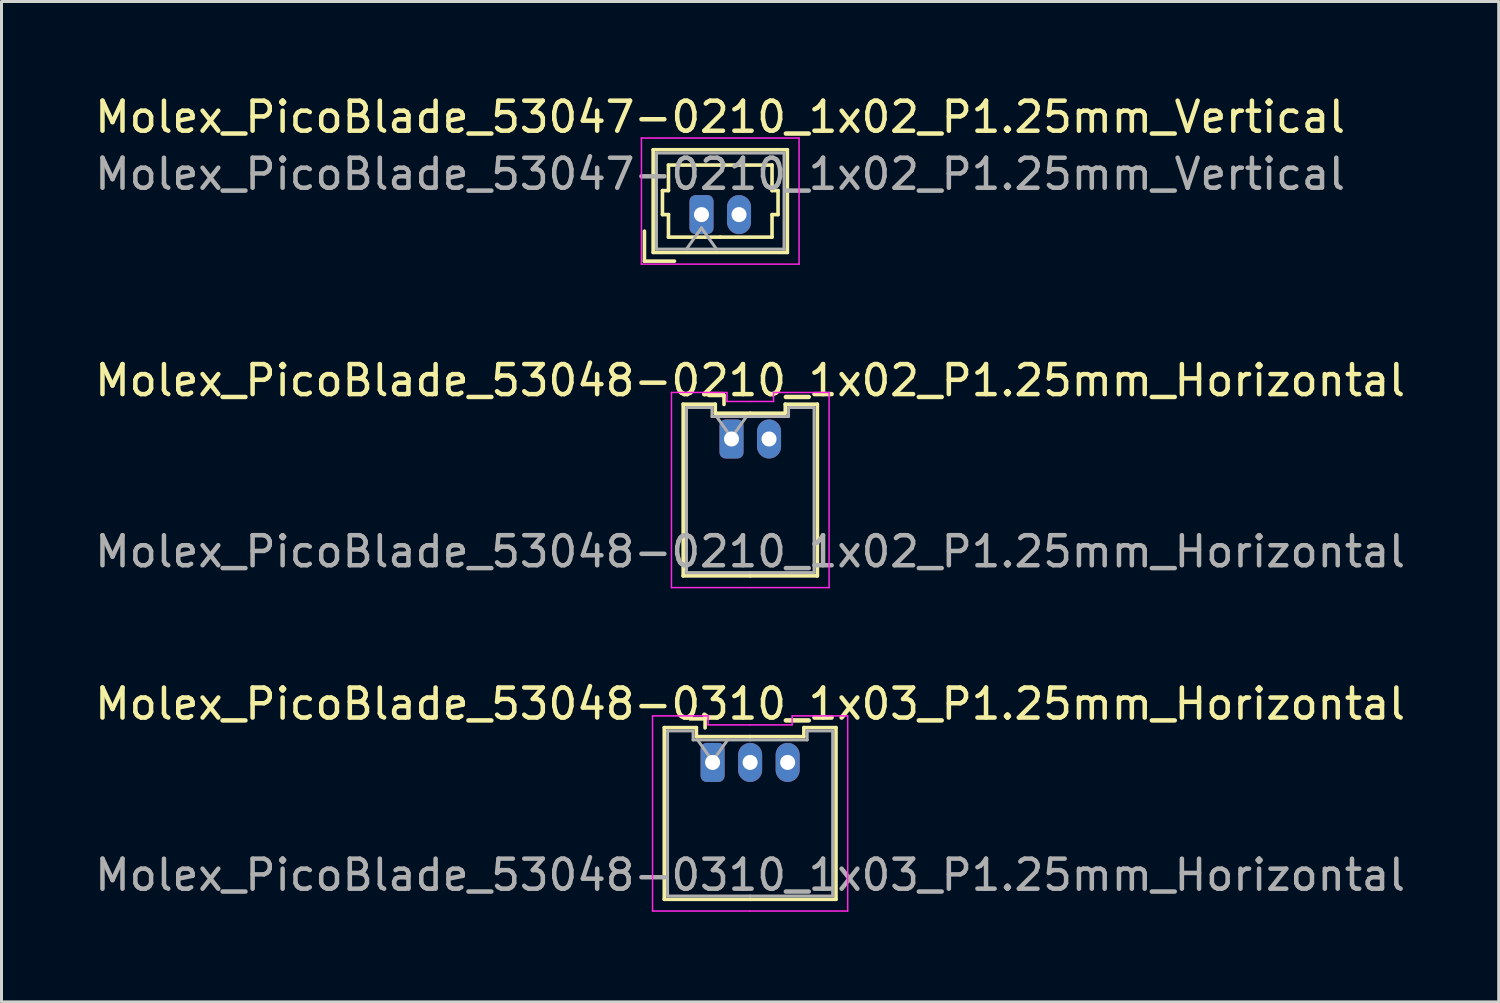
<source format=kicad_pcb>
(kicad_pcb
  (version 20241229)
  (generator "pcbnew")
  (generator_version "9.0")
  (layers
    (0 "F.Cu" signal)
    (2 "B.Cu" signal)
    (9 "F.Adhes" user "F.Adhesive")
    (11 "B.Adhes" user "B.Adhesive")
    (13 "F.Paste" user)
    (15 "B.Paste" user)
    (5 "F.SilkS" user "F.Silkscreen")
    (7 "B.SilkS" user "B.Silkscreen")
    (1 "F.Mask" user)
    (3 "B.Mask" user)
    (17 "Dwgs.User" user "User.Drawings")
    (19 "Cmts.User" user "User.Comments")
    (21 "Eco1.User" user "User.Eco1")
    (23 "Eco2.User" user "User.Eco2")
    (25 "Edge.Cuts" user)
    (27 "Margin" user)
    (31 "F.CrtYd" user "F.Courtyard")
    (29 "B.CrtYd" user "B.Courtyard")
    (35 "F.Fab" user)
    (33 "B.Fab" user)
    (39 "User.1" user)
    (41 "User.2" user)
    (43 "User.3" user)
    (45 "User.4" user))
  (footprint "Molex_PicoBlade_53047-0210_1x02_P1.25mm_Vertical"
    (layer "F.Cu")
    (at 20.315 4.098)
    (property "Reference" "Molex_PicoBlade_53047-0210_1x02_P1.25mm_Vertical" (at 0.62 -3.25 0) (layer "F.SilkS") (effects (font (size 1 1) (thickness 0.15))))
    (attr through_hole)
    (fp_line (start -1.9 1.55) (end -1.9 0.55) (stroke (width 0.12) (type solid)) (layer "F.SilkS"))
    (fp_line (start -1.9 1.55) (end -0.9 1.55) (stroke (width 0.12) (type solid)) (layer "F.SilkS"))
    (fp_line (start -1.61 -2.16) (end -1.61 1.26) (stroke (width 0.12) (type solid)) (layer "F.SilkS"))
    (fp_line (start -1.61 1.26) (end 2.86 1.26) (stroke (width 0.12) (type solid)) (layer "F.SilkS"))
    (fp_line (start -1.3 -0.8) (end -1.1 -0.8) (stroke (width 0.12) (type solid)) (layer "F.SilkS"))
    (fp_line (start -1.3 0) (end -1.3 -0.8) (stroke (width 0.12) (type solid)) (layer "F.SilkS"))
    (fp_line (start -1.1 -1.65) (end 0.625 -1.65) (stroke (width 0.12) (type solid)) (layer "F.SilkS"))
    (fp_line (start -1.1 -0.8) (end -1.1 -1.65) (stroke (width 0.12) (type solid)) (layer "F.SilkS"))
    (fp_line (start -1.1 0) (end -1.3 0) (stroke (width 0.12) (type solid)) (layer "F.SilkS"))
    (fp_line (start -1.1 0.75) (end -1.1 0) (stroke (width 0.12) (type solid)) (layer "F.SilkS"))
    (fp_line (start 0.625 0.75) (end -1.1 0.75) (stroke (width 0.12) (type solid)) (layer "F.SilkS"))
    (fp_line (start 0.625 0.75) (end 2.35 0.75) (stroke (width 0.12) (type solid)) (layer "F.SilkS"))
    (fp_line (start 2.35 -1.65) (end 0.625 -1.65) (stroke (width 0.12) (type solid)) (layer "F.SilkS"))
    (fp_line (start 2.35 -0.8) (end 2.35 -1.65) (stroke (width 0.12) (type solid)) (layer "F.SilkS"))
    (fp_line (start 2.35 0) (end 2.55 0) (stroke (width 0.12) (type solid)) (layer "F.SilkS"))
    (fp_line (start 2.35 0.75) (end 2.35 0) (stroke (width 0.12) (type solid)) (layer "F.SilkS"))
    (fp_line (start 2.55 -0.8) (end 2.35 -0.8) (stroke (width 0.12) (type solid)) (layer "F.SilkS"))
    (fp_line (start 2.55 0) (end 2.55 -0.8) (stroke (width 0.12) (type solid)) (layer "F.SilkS"))
    (fp_line (start 2.86 -2.16) (end -1.61 -2.16) (stroke (width 0.12) (type solid)) (layer "F.SilkS"))
    (fp_line (start 2.86 1.26) (end 2.86 -2.16) (stroke (width 0.12) (type solid)) (layer "F.SilkS"))
    (fp_line (start -2 -2.55) (end -2 1.65) (stroke (width 0.05) (type solid)) (layer "F.CrtYd"))
    (fp_line (start -2 1.65) (end 3.25 1.65) (stroke (width 0.05) (type solid)) (layer "F.CrtYd"))
    (fp_line (start 3.25 -2.55) (end -2 -2.55) (stroke (width 0.05) (type solid)) (layer "F.CrtYd"))
    (fp_line (start 3.25 1.65) (end 3.25 -2.55) (stroke (width 0.05) (type solid)) (layer "F.CrtYd"))
    (fp_line (start -1.5 -2.05) (end -1.5 1.15) (stroke (width 0.1) (type solid)) (layer "F.Fab"))
    (fp_line (start -1.5 1.15) (end 2.75 1.15) (stroke (width 0.1) (type solid)) (layer "F.Fab"))
    (fp_line (start -0.5 1.15) (end 0 0.443) (stroke (width 0.1) (type solid)) (layer "F.Fab"))
    (fp_line (start 0 0.443) (end 0.5 1.15) (stroke (width 0.1) (type solid)) (layer "F.Fab"))
    (fp_line (start 2.75 -2.05) (end -1.5 -2.05) (stroke (width 0.1) (type solid)) (layer "F.Fab"))
    (fp_line (start 2.75 1.15) (end 2.75 -2.05) (stroke (width 0.1) (type solid)) (layer "F.Fab"))
    (fp_text user "${REFERENCE}" (at 0.62 -1.35 0) (layer "F.Fab") (effects (font (size 1 1) (thickness 0.15))))
    (pad "1" thru_hole roundrect (at 0 0) (size 0.8 1.3) (drill 0.5) (layers "*.Cu" "*.Mask") (roundrect_rratio 0.25))
    (pad "2" thru_hole oval (at 1.25 0) (size 0.8 1.3) (drill 0.5) (layers "*.Cu" "*.Mask")))
  (footprint "Molex_PicoBlade_53048-0210_1x02_P1.25mm_Horizontal"
    (layer "F.Cu")
    (at 21.315 11.572)
    (property "Reference" "Molex_PicoBlade_53048-0210_1x02_P1.25mm_Horizontal" (at 0.62 -1.95 0) (layer "F.SilkS") (effects (font (size 1 1) (thickness 0.15))))
    (attr through_hole)
    (fp_line (start -1.61 -1.16) (end -1.61 4.56) (stroke (width 0.12) (type solid)) (layer "F.SilkS"))
    (fp_line (start -1.61 4.56) (end 0.625 4.56) (stroke (width 0.12) (type solid)) (layer "F.SilkS"))
    (fp_line (start -0.54 -1.16) (end -1.61 -1.16) (stroke (width 0.12) (type solid)) (layer "F.SilkS"))
    (fp_line (start -0.54 -0.86) (end -0.54 -1.16) (stroke (width 0.12) (type solid)) (layer "F.SilkS"))
    (fp_line (start -0.25 -1.45) (end -0.75 -1.45) (stroke (width 0.12) (type solid)) (layer "F.SilkS"))
    (fp_line (start -0.25 -1.15) (end -0.25 -1.45) (stroke (width 0.12) (type solid)) (layer "F.SilkS"))
    (fp_line (start 0.625 -0.86) (end -0.54 -0.86) (stroke (width 0.12) (type solid)) (layer "F.SilkS"))
    (fp_line (start 0.625 -0.86) (end 1.79 -0.86) (stroke (width 0.12) (type solid)) (layer "F.SilkS"))
    (fp_line (start 1.79 -1.16) (end 2.86 -1.16) (stroke (width 0.12) (type solid)) (layer "F.SilkS"))
    (fp_line (start 1.79 -0.86) (end 1.79 -1.16) (stroke (width 0.12) (type solid)) (layer "F.SilkS"))
    (fp_line (start 2.86 -1.16) (end 2.86 4.56) (stroke (width 0.12) (type solid)) (layer "F.SilkS"))
    (fp_line (start 2.86 4.56) (end 0.625 4.56) (stroke (width 0.12) (type solid)) (layer "F.SilkS"))
    (fp_line (start -2 -1.55) (end -2 4.95) (stroke (width 0.05) (type solid)) (layer "F.CrtYd"))
    (fp_line (start -2 4.95) (end 0.62 4.95) (stroke (width 0.05) (type solid)) (layer "F.CrtYd"))
    (fp_line (start -0.15 -1.55) (end -2 -1.55) (stroke (width 0.05) (type solid)) (layer "F.CrtYd"))
    (fp_line (start -0.15 -1.25) (end -0.15 -1.55) (stroke (width 0.05) (type solid)) (layer "F.CrtYd"))
    (fp_line (start 0.62 -1.25) (end -0.15 -1.25) (stroke (width 0.05) (type solid)) (layer "F.CrtYd"))
    (fp_line (start 0.63 -1.25) (end 1.4 -1.25) (stroke (width 0.05) (type solid)) (layer "F.CrtYd"))
    (fp_line (start 1.4 -1.55) (end 3.25 -1.55) (stroke (width 0.05) (type solid)) (layer "F.CrtYd"))
    (fp_line (start 1.4 -1.25) (end 1.4 -1.55) (stroke (width 0.05) (type solid)) (layer "F.CrtYd"))
    (fp_line (start 3.25 -1.55) (end 3.25 4.95) (stroke (width 0.05) (type solid)) (layer "F.CrtYd"))
    (fp_line (start 3.25 4.95) (end 0.63 4.95) (stroke (width 0.05) (type solid)) (layer "F.CrtYd"))
    (fp_line (start -1.5 -1.05) (end -1.5 4.45) (stroke (width 0.1) (type solid)) (layer "F.Fab"))
    (fp_line (start -1.5 4.45) (end 0.625 4.45) (stroke (width 0.1) (type solid)) (layer "F.Fab"))
    (fp_line (start -0.65 -1.05) (end -1.5 -1.05) (stroke (width 0.1) (type solid)) (layer "F.Fab"))
    (fp_line (start -0.65 -0.75) (end -0.65 -1.05) (stroke (width 0.1) (type solid)) (layer "F.Fab"))
    (fp_line (start -0.5 -0.75) (end 0 -0.043) (stroke (width 0.1) (type solid)) (layer "F.Fab"))
    (fp_line (start 0 -0.043) (end 0.5 -0.75) (stroke (width 0.1) (type solid)) (layer "F.Fab"))
    (fp_line (start 0.625 -0.75) (end -0.65 -0.75) (stroke (width 0.1) (type solid)) (layer "F.Fab"))
    (fp_line (start 0.625 -0.75) (end 1.9 -0.75) (stroke (width 0.1) (type solid)) (layer "F.Fab"))
    (fp_line (start 1.9 -1.05) (end 2.75 -1.05) (stroke (width 0.1) (type solid)) (layer "F.Fab"))
    (fp_line (start 1.9 -0.75) (end 1.9 -1.05) (stroke (width 0.1) (type solid)) (layer "F.Fab"))
    (fp_line (start 2.75 -1.05) (end 2.75 4.45) (stroke (width 0.1) (type solid)) (layer "F.Fab"))
    (fp_line (start 2.75 4.45) (end 0.625 4.45) (stroke (width 0.1) (type solid)) (layer "F.Fab"))
    (fp_text user "${REFERENCE}" (at 0.62 3.75 0) (layer "F.Fab") (effects (font (size 1 1) (thickness 0.15))))
    (pad "1" thru_hole roundrect (at 0 0) (size 0.8 1.3) (drill 0.5) (layers "*.Cu" "*.Mask") (roundrect_rratio 0.25))
    (pad "2" thru_hole oval (at 1.25 0) (size 0.8 1.3) (drill 0.5) (layers "*.Cu" "*.Mask")))
  (footprint "Molex_PicoBlade_53048-0310_1x03_P1.25mm_Horizontal"
    (layer "F.Cu")
    (at 20.685 22.345)
    (property "Reference" "Molex_PicoBlade_53048-0310_1x03_P1.25mm_Horizontal" (at 1.25 -1.95 0) (layer "F.SilkS") (effects (font (size 1 1) (thickness 0.15))))
    (attr through_hole)
    (fp_line (start -1.61 -1.16) (end -1.61 4.56) (stroke (width 0.12) (type solid)) (layer "F.SilkS"))
    (fp_line (start -1.61 4.56) (end 1.25 4.56) (stroke (width 0.12) (type solid)) (layer "F.SilkS"))
    (fp_line (start -0.54 -1.16) (end -1.61 -1.16) (stroke (width 0.12) (type solid)) (layer "F.SilkS"))
    (fp_line (start -0.54 -0.86) (end -0.54 -1.16) (stroke (width 0.12) (type solid)) (layer "F.SilkS"))
    (fp_line (start -0.25 -1.45) (end -0.75 -1.45) (stroke (width 0.12) (type solid)) (layer "F.SilkS"))
    (fp_line (start -0.25 -1.15) (end -0.25 -1.45) (stroke (width 0.12) (type solid)) (layer "F.SilkS"))
    (fp_line (start 1.25 -0.86) (end -0.54 -0.86) (stroke (width 0.12) (type solid)) (layer "F.SilkS"))
    (fp_line (start 1.25 -0.86) (end 3.04 -0.86) (stroke (width 0.12) (type solid)) (layer "F.SilkS"))
    (fp_line (start 3.04 -1.16) (end 4.11 -1.16) (stroke (width 0.12) (type solid)) (layer "F.SilkS"))
    (fp_line (start 3.04 -0.86) (end 3.04 -1.16) (stroke (width 0.12) (type solid)) (layer "F.SilkS"))
    (fp_line (start 4.11 -1.16) (end 4.11 4.56) (stroke (width 0.12) (type solid)) (layer "F.SilkS"))
    (fp_line (start 4.11 4.56) (end 1.25 4.56) (stroke (width 0.12) (type solid)) (layer "F.SilkS"))
    (fp_line (start -2 -1.55) (end -2 4.95) (stroke (width 0.05) (type solid)) (layer "F.CrtYd"))
    (fp_line (start -2 4.95) (end 1.25 4.95) (stroke (width 0.05) (type solid)) (layer "F.CrtYd"))
    (fp_line (start -0.15 -1.55) (end -2 -1.55) (stroke (width 0.05) (type solid)) (layer "F.CrtYd"))
    (fp_line (start -0.15 -1.25) (end -0.15 -1.55) (stroke (width 0.05) (type solid)) (layer "F.CrtYd"))
    (fp_line (start 1.25 -1.25) (end -0.15 -1.25) (stroke (width 0.05) (type solid)) (layer "F.CrtYd"))
    (fp_line (start 1.25 -1.25) (end 2.65 -1.25) (stroke (width 0.05) (type solid)) (layer "F.CrtYd"))
    (fp_line (start 2.65 -1.55) (end 4.5 -1.55) (stroke (width 0.05) (type solid)) (layer "F.CrtYd"))
    (fp_line (start 2.65 -1.25) (end 2.65 -1.55) (stroke (width 0.05) (type solid)) (layer "F.CrtYd"))
    (fp_line (start 4.5 -1.55) (end 4.5 4.95) (stroke (width 0.05) (type solid)) (layer "F.CrtYd"))
    (fp_line (start 4.5 4.95) (end 1.25 4.95) (stroke (width 0.05) (type solid)) (layer "F.CrtYd"))
    (fp_line (start -1.5 -1.05) (end -1.5 4.45) (stroke (width 0.1) (type solid)) (layer "F.Fab"))
    (fp_line (start -1.5 4.45) (end 1.25 4.45) (stroke (width 0.1) (type solid)) (layer "F.Fab"))
    (fp_line (start -0.65 -1.05) (end -1.5 -1.05) (stroke (width 0.1) (type solid)) (layer "F.Fab"))
    (fp_line (start -0.65 -0.75) (end -0.65 -1.05) (stroke (width 0.1) (type solid)) (layer "F.Fab"))
    (fp_line (start -0.5 -0.75) (end 0 -0.043) (stroke (width 0.1) (type solid)) (layer "F.Fab"))
    (fp_line (start 0 -0.043) (end 0.5 -0.75) (stroke (width 0.1) (type solid)) (layer "F.Fab"))
    (fp_line (start 1.25 -0.75) (end -0.65 -0.75) (stroke (width 0.1) (type solid)) (layer "F.Fab"))
    (fp_line (start 1.25 -0.75) (end 3.15 -0.75) (stroke (width 0.1) (type solid)) (layer "F.Fab"))
    (fp_line (start 3.15 -1.05) (end 4 -1.05) (stroke (width 0.1) (type solid)) (layer "F.Fab"))
    (fp_line (start 3.15 -0.75) (end 3.15 -1.05) (stroke (width 0.1) (type solid)) (layer "F.Fab"))
    (fp_line (start 4 -1.05) (end 4 4.45) (stroke (width 0.1) (type solid)) (layer "F.Fab"))
    (fp_line (start 4 4.45) (end 1.25 4.45) (stroke (width 0.1) (type solid)) (layer "F.Fab"))
    (fp_text user "${REFERENCE}" (at 1.25 3.75 0) (layer "F.Fab") (effects (font (size 1 1) (thickness 0.15))))
    (pad "1" thru_hole roundrect (at 0 0) (size 0.8 1.3) (drill 0.5) (layers "*.Cu" "*.Mask") (roundrect_rratio 0.25))
    (pad "2" thru_hole oval (at 1.25 0) (size 0.8 1.3) (drill 0.5) (layers "*.Cu" "*.Mask"))
    (pad "3" thru_hole oval (at 2.5 0) (size 0.8 1.3) (drill 0.5) (layers "*.Cu" "*.Mask")))
  (gr_rect
    (start -3 -3)
    (end 46.869 30.32)
    (stroke (width 0.1) (type default))
    (fill no)
    (layer "Edge.Cuts")))
</source>
